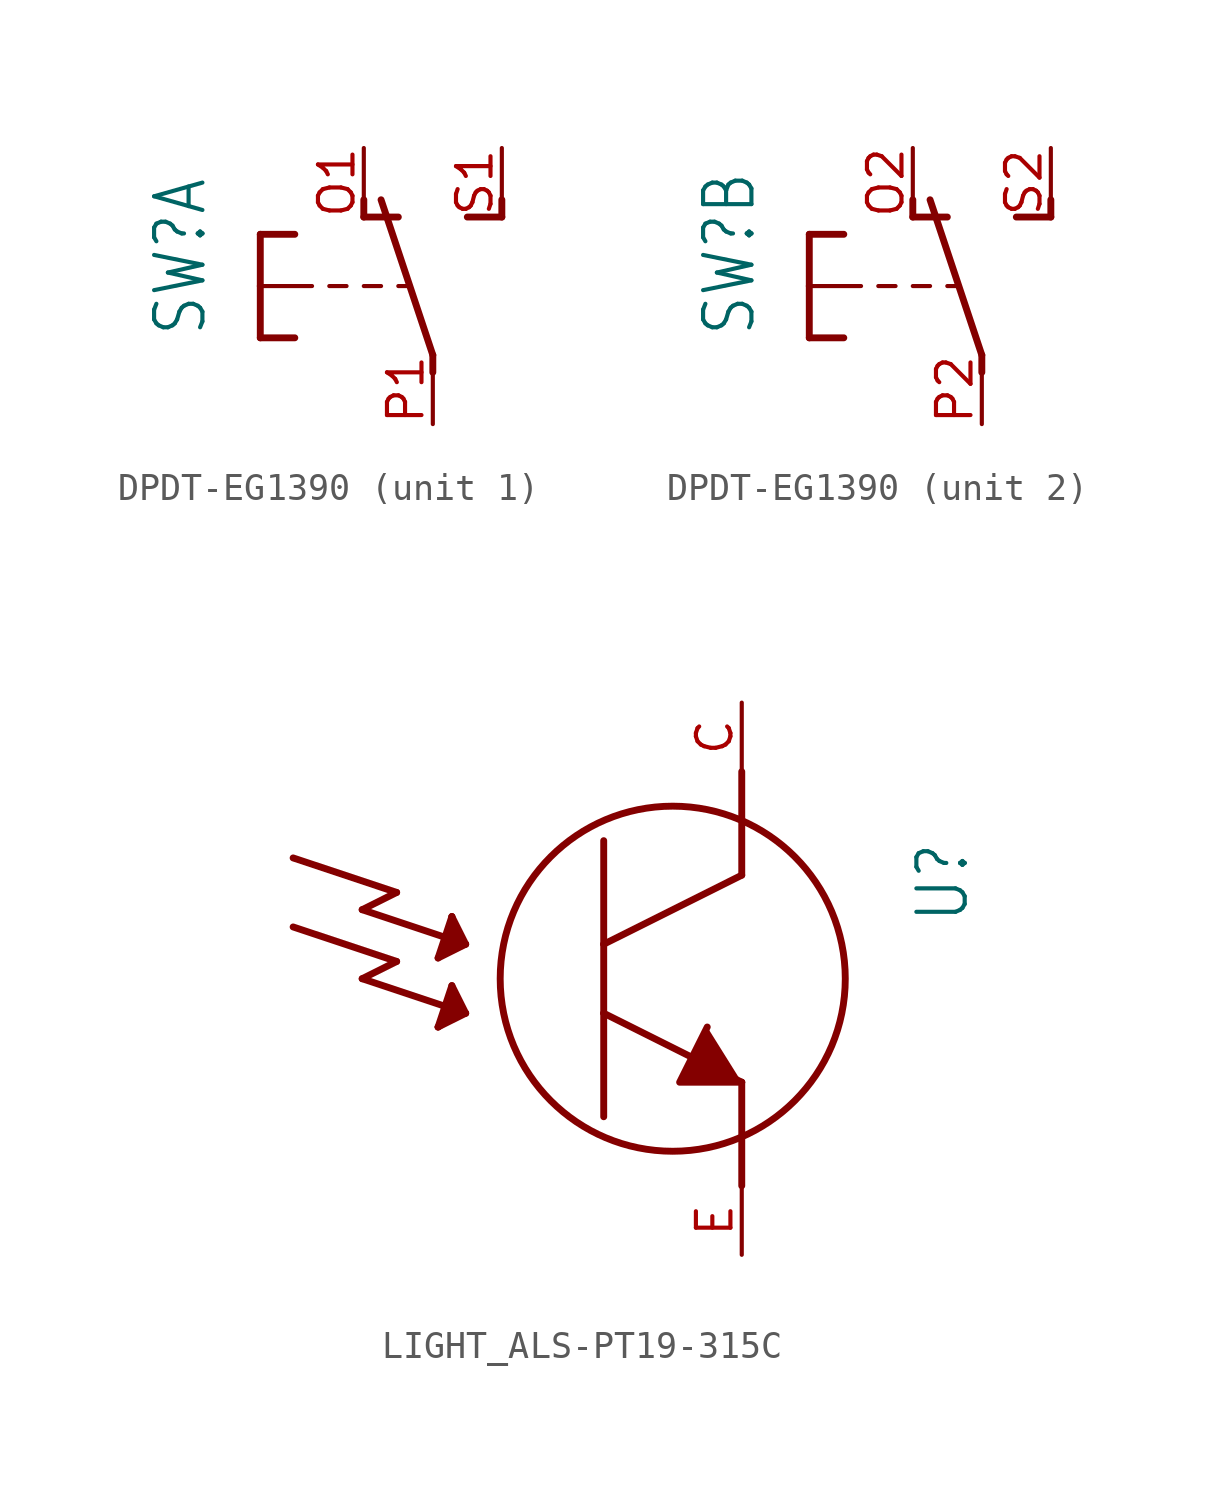
<source format=kicad_sym>
(kicad_symbol_lib
  (version 20220914)
  (generator kicad_symbol_editor)
  (symbol "DPDT-EG1390"
    (property "Reference" "SW"
      (at -8.255 -1.905 90)
      (effects (font (size 1.778 1.511)) (justify left bottom)))
    (property "Value" ""
      (at -5.715 2.54 90)
      (effects (font (size 1.778 1.511)) (justify left bottom)))
    (property "ki_locked" ""
      (at 0 0 0)
      (effects (font (size 1.27 1.27))))
    (symbol "DPDT-EG1390_1_0"
      (polyline (pts (xy -6.35 -1.905) (xy -5.08 -1.905)) (stroke (width 0.254) (type solid)) (fill (type none)))
      (polyline (pts (xy -6.35 0) (xy -6.35 -1.905)) (stroke (width 0.254) (type solid)) (fill (type none)))
      (polyline (pts (xy -6.35 0) (xy -4.445 0)) (stroke (width 0.152) (type solid)) (fill (type none)))
      (polyline (pts (xy -6.35 1.905) (xy -6.35 0)) (stroke (width 0.254) (type solid)) (fill (type none)))
      (polyline (pts (xy -6.35 1.905) (xy -5.08 1.905)) (stroke (width 0.254) (type solid)) (fill (type none)))
      (polyline (pts (xy -3.175 0) (xy -3.81 0)) (stroke (width 0.152) (type solid)) (fill (type none)))
      (polyline (pts (xy -2.54 2.54) (xy -2.54 3.175)) (stroke (width 0.254) (type solid)) (fill (type none)))
      (polyline (pts (xy -2.54 2.54) (xy -1.27 2.54)) (stroke (width 0.254) (type solid)) (fill (type none)))
      (polyline (pts (xy -1.905 0) (xy -2.54 0)) (stroke (width 0.152) (type solid)) (fill (type none)))
      (polyline (pts (xy -0.889 0) (xy -1.27 0)) (stroke (width 0.152) (type solid)) (fill (type none)))
      (polyline (pts (xy 0 -3.175) (xy 0 -2.54)) (stroke (width 0.254) (type solid)) (fill (type none)))
      (polyline (pts (xy 0 -2.54) (xy -1.905 3.175)) (stroke (width 0.254) (type solid)) (fill (type none)))
      (polyline (pts (xy 1.27 2.54) (xy 2.54 2.54)) (stroke (width 0.254) (type solid)) (fill (type none)))
      (polyline (pts (xy 2.54 2.54) (xy 2.54 3.175)) (stroke (width 0.254) (type solid)) (fill (type none)))
      (pin passive line (at -2.54 5.08 270) (length 2.54) (name "O" (effects (font (size 0 0)))) (number "O1" (effects (font (size 1.27 1.27)))))
      (pin passive line (at 0 -5.08 90) (length 2.54) (name "P" (effects (font (size 0 0)))) (number "P1" (effects (font (size 1.27 1.27)))))
      (pin passive line (at 2.54 5.08 270) (length 2.54) (name "S" (effects (font (size 0 0)))) (number "S1" (effects (font (size 1.27 1.27))))))
    (symbol "DPDT-EG1390_2_0"
      (polyline (pts (xy -6.35 -1.905) (xy -5.08 -1.905)) (stroke (width 0.254) (type solid)) (fill (type none)))
      (polyline (pts (xy -6.35 0) (xy -6.35 -1.905)) (stroke (width 0.254) (type solid)) (fill (type none)))
      (polyline (pts (xy -6.35 0) (xy -4.445 0)) (stroke (width 0.152) (type solid)) (fill (type none)))
      (polyline (pts (xy -6.35 1.905) (xy -6.35 0)) (stroke (width 0.254) (type solid)) (fill (type none)))
      (polyline (pts (xy -6.35 1.905) (xy -5.08 1.905)) (stroke (width 0.254) (type solid)) (fill (type none)))
      (polyline (pts (xy -3.175 0) (xy -3.81 0)) (stroke (width 0.152) (type solid)) (fill (type none)))
      (polyline (pts (xy -2.54 2.54) (xy -2.54 3.175)) (stroke (width 0.254) (type solid)) (fill (type none)))
      (polyline (pts (xy -2.54 2.54) (xy -1.27 2.54)) (stroke (width 0.254) (type solid)) (fill (type none)))
      (polyline (pts (xy -1.905 0) (xy -2.54 0)) (stroke (width 0.152) (type solid)) (fill (type none)))
      (polyline (pts (xy -0.889 0) (xy -1.27 0)) (stroke (width 0.152) (type solid)) (fill (type none)))
      (polyline (pts (xy 0 -3.175) (xy 0 -2.54)) (stroke (width 0.254) (type solid)) (fill (type none)))
      (polyline (pts (xy 0 -2.54) (xy -1.905 3.175)) (stroke (width 0.254) (type solid)) (fill (type none)))
      (polyline (pts (xy 1.27 2.54) (xy 2.54 2.54)) (stroke (width 0.254) (type solid)) (fill (type none)))
      (polyline (pts (xy 2.54 2.54) (xy 2.54 3.175)) (stroke (width 0.254) (type solid)) (fill (type none)))
      (pin passive line (at -2.54 5.08 270) (length 2.54) (name "O" (effects (font (size 0 0)))) (number "O2" (effects (font (size 1.27 1.27)))))
      (pin passive line (at 0 -5.08 90) (length 2.54) (name "P" (effects (font (size 0 0)))) (number "P2" (effects (font (size 1.27 1.27)))))
      (pin passive line (at 2.54 5.08 270) (length 2.54) (name "S" (effects (font (size 0 0)))) (number "S2" (effects (font (size 1.27 1.27)))))))
  (symbol "LIGHT_ALS-PT19-315C"
    (property "Reference" "U"
      (at 8.89 5.08 90)
      (effects (font (size 1.778 1.511)) (justify right top)))
    (property "Value" ""
      (at -17.78 5.08 90)
      (effects (font (size 1.778 1.511)) (justify right top)))
    (property "ki_locked" ""
      (at 0 0 0)
      (effects (font (size 1.27 1.27))))
    (symbol "LIGHT_ALS-PT19-315C_1_0"
      (polyline (pts (xy -13.97 1.905) (xy -10.16 0.635)) (stroke (width 0.254) (type solid)) (fill (type none)))
      (polyline (pts (xy -13.97 4.445) (xy -10.16 3.175)) (stroke (width 0.254) (type solid)) (fill (type none)))
      (polyline (pts (xy -11.43 0) (xy -7.62 -1.27)) (stroke (width 0.254) (type solid)) (fill (type none)))
      (polyline (pts (xy -11.43 2.54) (xy -7.62 1.27)) (stroke (width 0.254) (type solid)) (fill (type none)))
      (polyline (pts (xy -10.16 0.635) (xy -11.43 0)) (stroke (width 0.254) (type solid)) (fill (type none)))
      (polyline (pts (xy -10.16 3.175) (xy -11.43 2.54)) (stroke (width 0.254) (type solid)) (fill (type none)))
      (polyline (pts (xy -8.636 -1.778) (xy -8.128 -0.254)) (stroke (width 0.254) (type solid)) (fill (type none)))
      (polyline (pts (xy -8.636 -1.778) (xy -7.874 -1.27)) (stroke (width 0.254) (type solid)) (fill (type none)))
      (polyline (pts (xy -8.636 0.762) (xy -7.62 1.27)) (stroke (width 0.254) (type solid)) (fill (type none)))
      (polyline (pts (xy -8.382 -1.524) (xy -8.128 -1.27)) (stroke (width 0.254) (type solid)) (fill (type none)))
      (polyline (pts (xy -8.382 -1.27) (xy -8.128 -0.508)) (stroke (width 0.254) (type solid)) (fill (type none)))
      (polyline (pts (xy -8.382 1.016) (xy -8.382 1.27)) (stroke (width 0.254) (type solid)) (fill (type none)))
      (polyline (pts (xy -8.382 1.27) (xy -8.128 1.27)) (stroke (width 0.254) (type solid)) (fill (type none)))
      (polyline (pts (xy -8.128 -1.27) (xy -8.382 -1.27)) (stroke (width 0.254) (type solid)) (fill (type none)))
      (polyline (pts (xy -8.128 -1.016) (xy -7.874 -1.016)) (stroke (width 0.254) (type solid)) (fill (type none)))
      (polyline (pts (xy -8.128 -0.762) (xy -8.128 -1.016)) (stroke (width 0.254) (type solid)) (fill (type none)))
      (polyline (pts (xy -8.128 -0.508) (xy -8.128 -0.762)) (stroke (width 0.254) (type solid)) (fill (type none)))
      (polyline (pts (xy -8.128 -0.254) (xy -7.62 -1.27)) (stroke (width 0.254) (type solid)) (fill (type none)))
      (polyline (pts (xy -8.128 1.27) (xy -7.874 1.27)) (stroke (width 0.254) (type solid)) (fill (type none)))
      (polyline (pts (xy -8.128 1.524) (xy -8.128 1.27)) (stroke (width 0.254) (type solid)) (fill (type none)))
      (polyline (pts (xy -8.128 1.524) (xy -7.874 1.524)) (stroke (width 0.254) (type solid)) (fill (type none)))
      (polyline (pts (xy -8.128 1.778) (xy -8.128 1.524)) (stroke (width 0.254) (type solid)) (fill (type none)))
      (polyline (pts (xy -8.128 2.286) (xy -8.636 0.762)) (stroke (width 0.254) (type solid)) (fill (type none)))
      (polyline (pts (xy -8.128 2.286) (xy -8.128 1.778)) (stroke (width 0.254) (type solid)) (fill (type none)))
      (polyline (pts (xy -7.874 -1.27) (xy -8.382 -1.524)) (stroke (width 0.254) (type solid)) (fill (type none)))
      (polyline (pts (xy -7.874 -1.016) (xy -8.128 -0.762)) (stroke (width 0.254) (type solid)) (fill (type none)))
      (polyline (pts (xy -7.874 1.27) (xy -8.382 1.016)) (stroke (width 0.254) (type solid)) (fill (type none)))
      (polyline (pts (xy -7.874 1.524) (xy -8.128 1.778)) (stroke (width 0.254) (type solid)) (fill (type none)))
      (polyline (pts (xy -7.62 -1.27) (xy -8.636 -1.778)) (stroke (width 0.254) (type solid)) (fill (type none)))
      (polyline (pts (xy -7.62 1.27) (xy -8.128 2.286)) (stroke (width 0.254) (type solid)) (fill (type none)))
      (polyline (pts (xy -2.54 -1.27) (xy -2.54 -5.08)) (stroke (width 0.254) (type solid)) (fill (type none)))
      (polyline (pts (xy -2.54 -1.27) (xy 2.54 -3.81)) (stroke (width 0.254) (type solid)) (fill (type none)))
      (polyline (pts (xy -2.54 1.27) (xy -2.54 -1.27)) (stroke (width 0.254) (type solid)) (fill (type none)))
      (polyline (pts (xy -2.54 5.08) (xy -2.54 1.27)) (stroke (width 0.254) (type solid)) (fill (type none)))
      (polyline (pts (xy 2.54 -3.81) (xy 2.54 -7.62)) (stroke (width 0.254) (type solid)) (fill (type none)))
      (polyline (pts (xy 2.54 3.81) (xy -2.54 1.27)) (stroke (width 0.254) (type solid)) (fill (type none)))
      (polyline (pts (xy 2.54 7.62) (xy 2.54 3.81)) (stroke (width 0.254) (type solid)) (fill (type none)))
      (polyline (pts (xy 1.27 -1.778) (xy 0.254 -3.81) (xy 2.54 -3.81)) (stroke (width 0.254) (type solid)) (fill (type outline)))
      (circle (center 0 0) (radius 6.35) (stroke (width 0.254) (type solid)) (fill (type none)))
      (pin bidirectional line (at 2.54 10.16 270) (length 2.54) (name "C" (effects (font (size 0 0)))) (number "C" (effects (font (size 1.27 1.27)))))
      (pin bidirectional line (at 2.54 -10.16 90) (length 2.54) (name "E" (effects (font (size 0 0)))) (number "E" (effects (font (size 1.27 1.27))))))))
</source>
